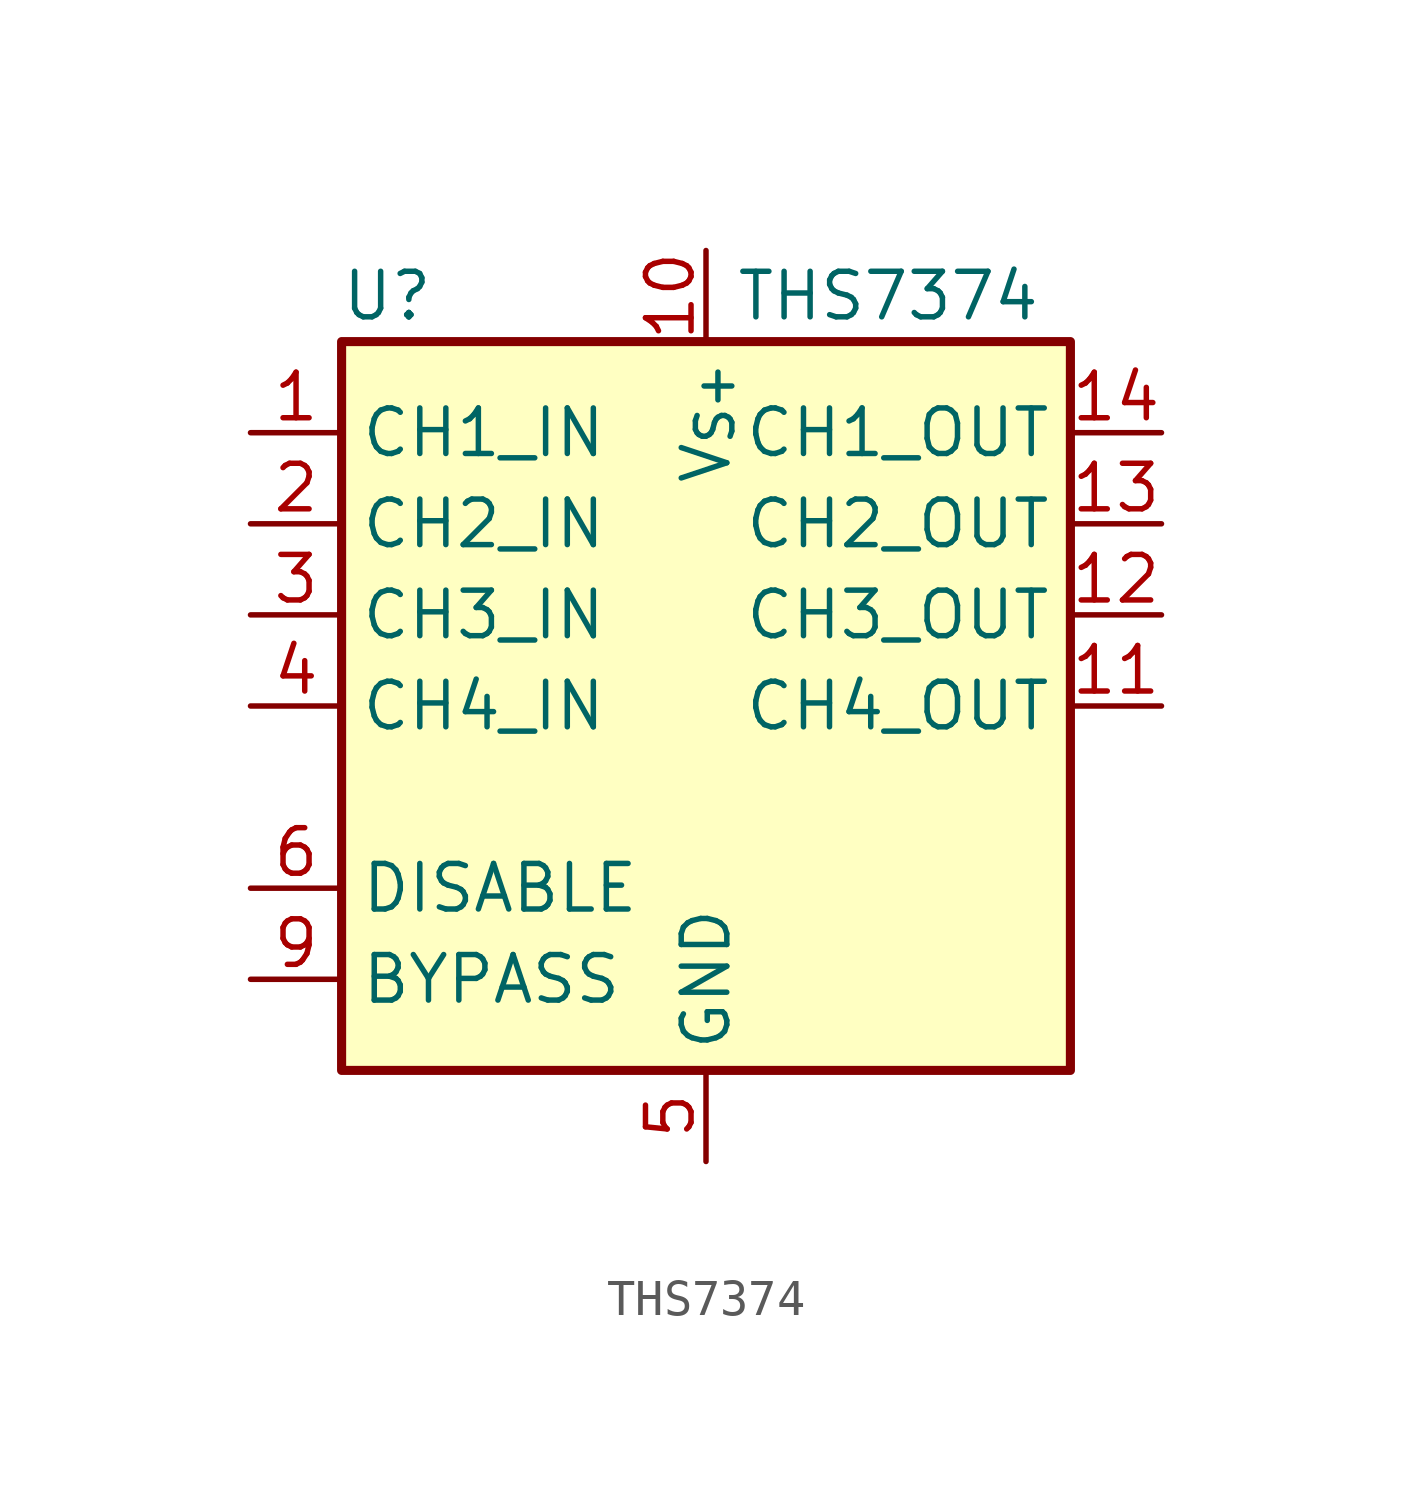
<source format=kicad_sym>
(kicad_symbol_lib
  (version 20241209)
  (generator "kicad_symbol_editor")
  (generator_version "9.0")
  (symbol "THS7374"
    (property "Reference" "U"
      (at -8.89 11.43 0)
      (effects (font (size 1.27 1.27))))
    (property "Value" "THS7374"
      (at 5.08 11.43 0)
      (effects (font (size 1.27 1.27))))
    (symbol "THS7374_0_1"
      (rectangle (start -10.16 10.16) (end 10.16 -10.16) (stroke (width 0.254) (type default)) (fill (type background))))
    (symbol "THS7374_1_1"
      (pin input line (at -12.7 7.62 0) (length 2.54) (name "CH1_IN" (effects (font (size 1.27 1.27)))) (number "1" (effects (font (size 1.27 1.27)))))
      (pin input line (at -12.7 5.08 0) (length 2.54) (name "CH2_IN" (effects (font (size 1.27 1.27)))) (number "2" (effects (font (size 1.27 1.27)))))
      (pin input line (at -12.7 2.54 0) (length 2.54) (name "CH3_IN" (effects (font (size 1.27 1.27)))) (number "3" (effects (font (size 1.27 1.27)))))
      (pin input line (at -12.7 0 0) (length 2.54) (name "CH4_IN" (effects (font (size 1.27 1.27)))) (number "4" (effects (font (size 1.27 1.27)))))
      (pin input line (at -12.7 -5.08 0) (length 2.54) (name "DISABLE" (effects (font (size 1.27 1.27)))) (number "6" (effects (font (size 1.27 1.27)))))
      (pin input line (at -12.7 -7.62 0) (length 2.54) (name "BYPASS" (effects (font (size 1.27 1.27)))) (number "9" (effects (font (size 1.27 1.27)))))
      (pin power_in line (at 0 12.7 270) (length 2.54) (name "V_{S+}" (effects (font (size 1.27 1.27)))) (number "10" (effects (font (size 1.27 1.27)))))
      (pin power_in line (at 0 -12.7 90) (length 2.54) (name "GND" (effects (font (size 1.27 1.27)))) (number "5" (effects (font (size 1.27 1.27)))))
      (pin no_connect line (at 10.16 -5.08 180) (length 2.54) (hide yes) (name "NC" (effects (font (size 1.27 1.27)))) (number "7" (effects (font (size 1.27 1.27)))))
      (pin no_connect line (at 10.16 -7.62 180) (length 2.54) (hide yes) (name "NC" (effects (font (size 1.27 1.27)))) (number "8" (effects (font (size 1.27 1.27)))))
      (pin output line (at 12.7 7.62 180) (length 2.54) (name "CH1_OUT" (effects (font (size 1.27 1.27)))) (number "14" (effects (font (size 1.27 1.27)))))
      (pin output line (at 12.7 5.08 180) (length 2.54) (name "CH2_OUT" (effects (font (size 1.27 1.27)))) (number "13" (effects (font (size 1.27 1.27)))))
      (pin output line (at 12.7 2.54 180) (length 2.54) (name "CH3_OUT" (effects (font (size 1.27 1.27)))) (number "12" (effects (font (size 1.27 1.27)))))
      (pin output line (at 12.7 0 180) (length 2.54) (name "CH4_OUT" (effects (font (size 1.27 1.27)))) (number "11" (effects (font (size 1.27 1.27))))))))
</source>
